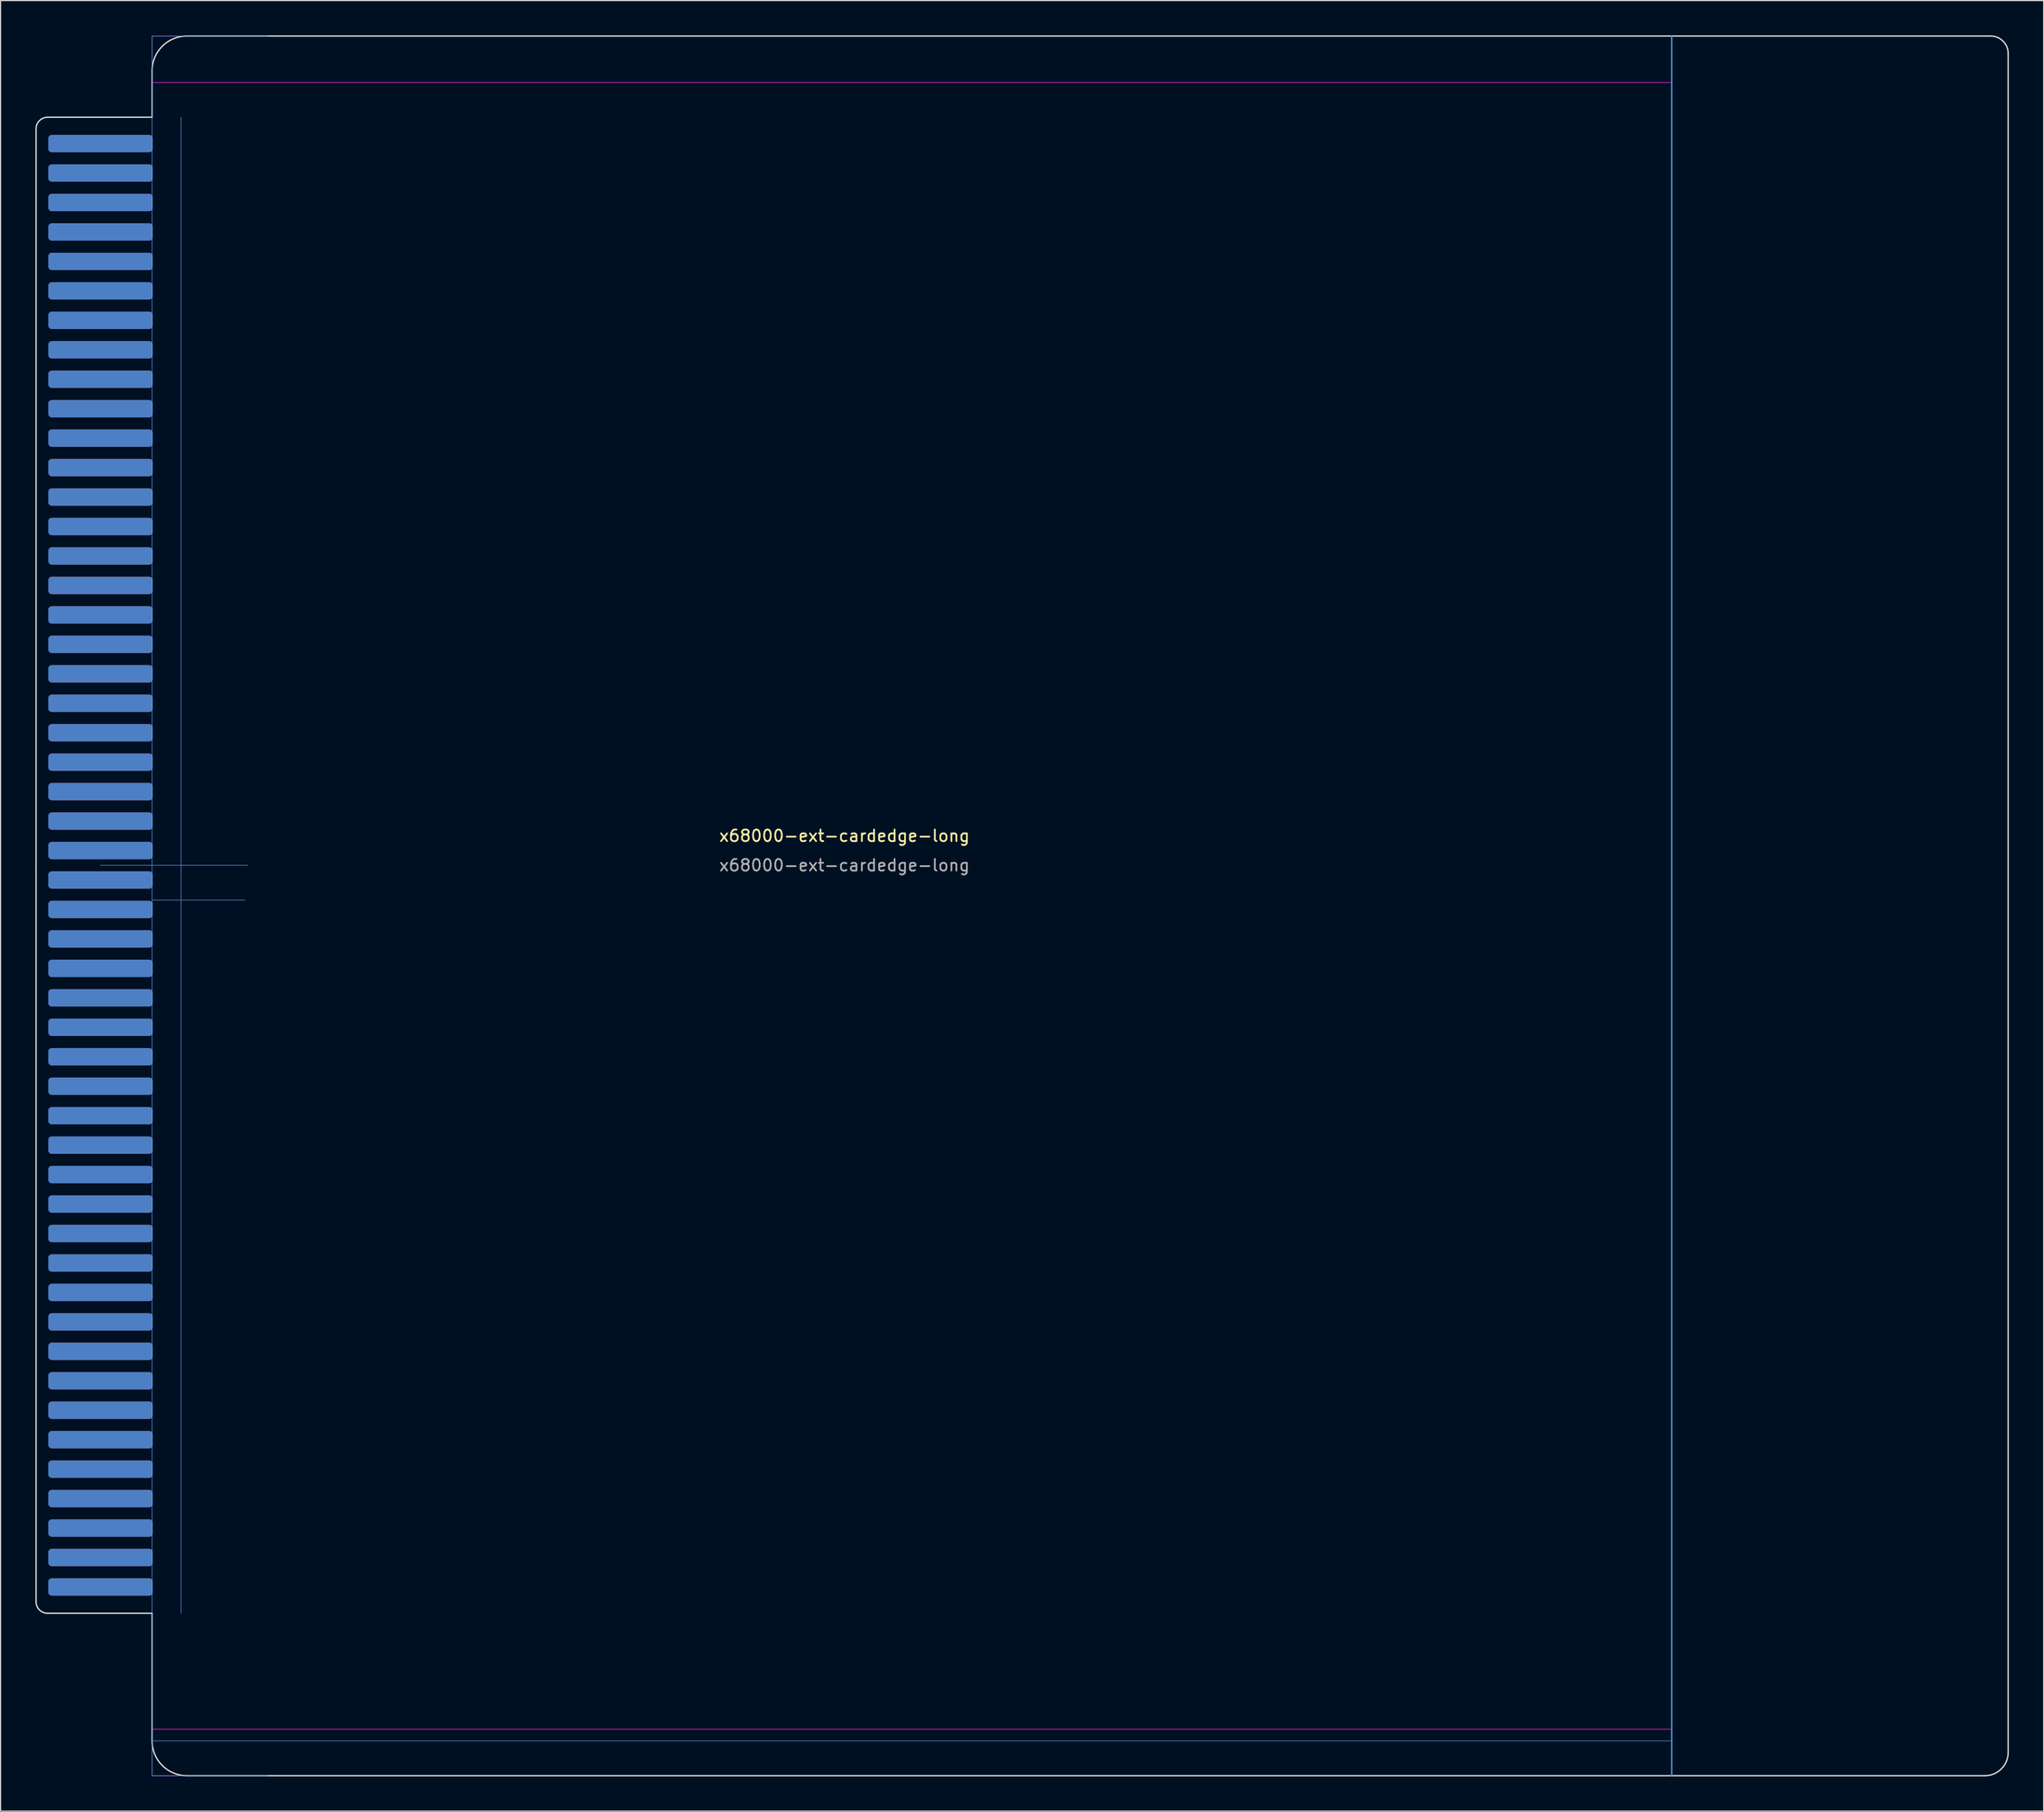
<source format=kicad_pcb>
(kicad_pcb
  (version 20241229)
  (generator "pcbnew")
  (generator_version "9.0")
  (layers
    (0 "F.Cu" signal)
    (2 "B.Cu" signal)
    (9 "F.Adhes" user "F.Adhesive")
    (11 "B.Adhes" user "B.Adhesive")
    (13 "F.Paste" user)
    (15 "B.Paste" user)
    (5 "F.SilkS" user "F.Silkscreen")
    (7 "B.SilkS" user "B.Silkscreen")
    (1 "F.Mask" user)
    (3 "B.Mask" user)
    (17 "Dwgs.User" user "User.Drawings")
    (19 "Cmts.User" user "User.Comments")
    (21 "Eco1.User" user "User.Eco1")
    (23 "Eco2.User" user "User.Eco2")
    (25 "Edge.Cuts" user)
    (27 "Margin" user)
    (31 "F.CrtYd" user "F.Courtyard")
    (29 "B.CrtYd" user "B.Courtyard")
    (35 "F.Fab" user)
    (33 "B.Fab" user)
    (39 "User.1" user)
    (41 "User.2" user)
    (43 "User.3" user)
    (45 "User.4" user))
  (footprint "x68000-ext-cardedge-long"
    (layer "F.Cu")
    (at 10.06 71.56)
    (property "Reference" "x68000-ext-cardedge-long" (at 59.69 -2.54 0) (unlocked yes) (layer "F.SilkS") (effects (font (size 1 1) (thickness 0.15))))
    (attr smd)
    (fp_line (start -4.445 0) (end 8.255 0) (stroke (width 0.05) (type solid)) (layer "Cmts.User"))
    (fp_line (start 0 -71.5) (end 10 -71.5) (stroke (width 0.05) (type solid)) (layer "Cmts.User"))
    (fp_line (start 0 3) (end 0 -71.5) (stroke (width 0.05) (type solid)) (layer "Cmts.User"))
    (fp_line (start 0 3) (end 0 78.5) (stroke (width 0.05) (type solid)) (layer "Cmts.User"))
    (fp_line (start 0 3) (end 8 3) (stroke (width 0.05) (type solid)) (layer "Cmts.User"))
    (fp_line (start 0 75.5) (end 131 75.5) (stroke (width 0.05) (type solid)) (layer "Cmts.User"))
    (fp_line (start 0 78.5) (end 10 78.5) (stroke (width 0.05) (type solid)) (layer "Cmts.User"))
    (fp_line (start 2.5 0) (end 2.5 -64.5) (stroke (width 0.05) (type solid)) (layer "Cmts.User"))
    (fp_line (start 2.5 0) (end 2.5 64.5) (stroke (width 0.05) (type solid)) (layer "Cmts.User"))
    (fp_line (start 131 -71.5) (end 131 78.5) (stroke (width 0.12) (type solid)) (layer "Cmts.User"))
    (fp_line (start -10 -63.5) (end -10 0) (stroke (width 0.12) (type solid)) (layer "Edge.Cuts"))
    (fp_line (start -10 63.5) (end -10 0) (stroke (width 0.12) (type solid)) (layer "Edge.Cuts"))
    (fp_line (start 0 -68.5) (end 0 -64.5) (stroke (width 0.12) (type solid)) (layer "Edge.Cuts"))
    (fp_line (start 0 -64.5) (end -9 -64.5) (stroke (width 0.12) (type solid)) (layer "Edge.Cuts"))
    (fp_line (start 0 64.5) (end -9 64.5) (stroke (width 0.12) (type solid)) (layer "Edge.Cuts"))
    (fp_line (start 0 75.5) (end 0 64.5) (stroke (width 0.12) (type solid)) (layer "Edge.Cuts"))
    (fp_line (start 3 -71.5) (end 158.5 -71.5) (stroke (width 0.12) (type solid)) (layer "Edge.Cuts"))
    (fp_line (start 3 78.5) (end 10 78.5) (stroke (width 0.12) (type solid)) (layer "Edge.Cuts"))
    (fp_line (start 10 78.5) (end 158 78.5) (stroke (width 0.12) (type solid)) (layer "Edge.Cuts"))
    (fp_line (start 160 -70) (end 160 76.5) (stroke (width 0.12) (type solid)) (layer "Edge.Cuts"))
    (fp_arc (start -10 -63.5) (mid -9.707107 -64.207107) (end -9 -64.5) (stroke (width 0.12) (type solid)) (layer "Edge.Cuts"))
    (fp_arc (start -9 64.5) (mid -9.707107 64.207107) (end -10 63.5) (stroke (width 0.12) (type solid)) (layer "Edge.Cuts"))
    (fp_arc (start 0 -68.5) (mid 0.87868 -70.62132) (end 3 -71.5) (stroke (width 0.12) (type solid)) (layer "Edge.Cuts"))
    (fp_arc (start 3 78.5) (mid 0.87868 77.62132) (end 0 75.5) (stroke (width 0.12) (type solid)) (layer "Edge.Cuts"))
    (fp_arc (start 158.5 -71.5) (mid 159.56066 -71.06066) (end 160 -70) (stroke (width 0.12) (type solid)) (layer "Edge.Cuts"))
    (fp_arc (start 160 76.5) (mid 159.414214 77.914214) (end 158 78.5) (stroke (width 0.12) (type solid)) (layer "Edge.Cuts"))
    (fp_rect (start 0 -71.5) (end 131 -67.5) (stroke (width 0.05) (type solid)) (fill no) (layer "F.CrtYd"))
    (fp_rect (start 0 78.5) (end 131 74.5) (stroke (width 0.05) (type solid)) (fill no) (layer "F.CrtYd"))
    (fp_text user "${REFERENCE}" (at 59.69 0 0) (unlocked yes) (layer "F.Fab") (effects (font (size 1 1) (thickness 0.15))))
    (pad "A1" connect roundrect (at -4.445 62.23) (size 9 1.5) (layers "F.Cu" "F.Mask") (roundrect_rratio 0.2))
    (pad "A2" connect roundrect (at -4.445 59.69) (size 9 1.5) (layers "F.Cu" "F.Mask") (roundrect_rratio 0.2))
    (pad "A3" connect roundrect (at -4.445 57.15) (size 9 1.5) (layers "F.Cu" "F.Mask") (roundrect_rratio 0.2))
    (pad "A4" connect roundrect (at -4.445 54.61) (size 9 1.5) (layers "F.Cu" "F.Mask") (roundrect_rratio 0.2))
    (pad "A5" connect roundrect (at -4.445 52.07) (size 9 1.5) (layers "F.Cu" "F.Mask") (roundrect_rratio 0.2))
    (pad "A6" connect roundrect (at -4.445 49.53) (size 9 1.5) (layers "F.Cu" "F.Mask") (roundrect_rratio 0.2))
    (pad "A7" connect roundrect (at -4.445 46.99) (size 9 1.5) (layers "F.Cu" "F.Mask") (roundrect_rratio 0.2))
    (pad "A8" connect roundrect (at -4.445 44.45) (size 9 1.5) (layers "F.Cu" "F.Mask") (roundrect_rratio 0.2))
    (pad "A9" connect roundrect (at -4.445 41.91) (size 9 1.5) (layers "F.Cu" "F.Mask") (roundrect_rratio 0.2))
    (pad "A10" connect roundrect (at -4.445 39.37) (size 9 1.5) (layers "F.Cu" "F.Mask") (roundrect_rratio 0.2))
    (pad "A11" connect roundrect (at -4.445 36.83) (size 9 1.5) (layers "F.Cu" "F.Mask") (roundrect_rratio 0.2))
    (pad "A12" connect roundrect (at -4.445 34.29) (size 9 1.5) (layers "F.Cu" "F.Mask") (roundrect_rratio 0.2))
    (pad "A13" connect roundrect (at -4.445 31.75) (size 9 1.5) (layers "F.Cu" "F.Mask") (roundrect_rratio 0.2))
    (pad "A14" connect roundrect (at -4.445 29.21) (size 9 1.5) (layers "F.Cu" "F.Mask") (roundrect_rratio 0.2))
    (pad "A15" connect roundrect (at -4.445 26.67) (size 9 1.5) (layers "F.Cu" "F.Mask") (roundrect_rratio 0.2))
    (pad "A16" connect roundrect (at -4.445 24.13) (size 9 1.5) (layers "F.Cu" "F.Mask") (roundrect_rratio 0.2))
    (pad "A17" connect roundrect (at -4.445 21.59) (size 9 1.5) (layers "F.Cu" "F.Mask") (roundrect_rratio 0.2))
    (pad "A18" connect roundrect (at -4.445 19.05) (size 9 1.5) (layers "F.Cu" "F.Mask") (roundrect_rratio 0.2))
    (pad "A19" connect roundrect (at -4.445 16.51) (size 9 1.5) (layers "F.Cu" "F.Mask") (roundrect_rratio 0.2))
    (pad "A20" connect roundrect (at -4.445 13.97) (size 9 1.5) (layers "F.Cu" "F.Mask") (roundrect_rratio 0.2))
    (pad "A21" connect roundrect (at -4.445 11.43) (size 9 1.5) (layers "F.Cu" "F.Mask") (roundrect_rratio 0.2))
    (pad "A22" connect roundrect (at -4.445 8.89) (size 9 1.5) (layers "F.Cu" "F.Mask") (roundrect_rratio 0.2))
    (pad "A23" connect roundrect (at -4.445 6.35) (size 9 1.5) (layers "F.Cu" "F.Mask") (roundrect_rratio 0.2))
    (pad "A24" connect roundrect (at -4.445 3.81) (size 9 1.5) (layers "F.Cu" "F.Mask") (roundrect_rratio 0.2))
    (pad "A25" connect roundrect (at -4.445 1.27) (size 9 1.5) (layers "F.Cu" "F.Mask") (roundrect_rratio 0.2))
    (pad "A26" connect roundrect (at -4.445 -1.27) (size 9 1.5) (layers "F.Cu" "F.Mask") (roundrect_rratio 0.2))
    (pad "A27" connect roundrect (at -4.445 -3.81) (size 9 1.5) (layers "F.Cu" "F.Mask") (roundrect_rratio 0.2))
    (pad "A28" connect roundrect (at -4.445 -6.35) (size 9 1.5) (layers "F.Cu" "F.Mask") (roundrect_rratio 0.2))
    (pad "A29" connect roundrect (at -4.445 -8.89) (size 9 1.5) (layers "F.Cu" "F.Mask") (roundrect_rratio 0.2))
    (pad "A30" connect roundrect (at -4.445 -11.43) (size 9 1.5) (layers "F.Cu" "F.Mask") (roundrect_rratio 0.2))
    (pad "A31" connect roundrect (at -4.445 -13.97) (size 9 1.5) (layers "F.Cu" "F.Mask") (roundrect_rratio 0.2))
    (pad "A32" connect roundrect (at -4.445 -16.51) (size 9 1.5) (layers "F.Cu" "F.Mask") (roundrect_rratio 0.2))
    (pad "A33" connect roundrect (at -4.445 -19.05) (size 9 1.5) (layers "F.Cu" "F.Mask") (roundrect_rratio 0.2))
    (pad "A34" connect roundrect (at -4.445 -21.59) (size 9 1.5) (layers "F.Cu" "F.Mask") (roundrect_rratio 0.2))
    (pad "A35" connect roundrect (at -4.445 -24.13) (size 9 1.5) (layers "F.Cu" "F.Mask") (roundrect_rratio 0.2))
    (pad "A36" connect roundrect (at -4.445 -26.67) (size 9 1.5) (layers "F.Cu" "F.Mask") (roundrect_rratio 0.2))
    (pad "A37" connect roundrect (at -4.445 -29.21) (size 9 1.5) (layers "F.Cu" "F.Mask") (roundrect_rratio 0.2))
    (pad "A38" connect roundrect (at -4.445 -31.75) (size 9 1.5) (layers "F.Cu" "F.Mask") (roundrect_rratio 0.2))
    (pad "A39" connect roundrect (at -4.445 -34.29) (size 9 1.5) (layers "F.Cu" "F.Mask") (roundrect_rratio 0.2))
    (pad "A40" connect roundrect (at -4.445 -36.83) (size 9 1.5) (layers "F.Cu" "F.Mask") (roundrect_rratio 0.2))
    (pad "A41" connect roundrect (at -4.445 -39.37) (size 9 1.5) (layers "F.Cu" "F.Mask") (roundrect_rratio 0.2))
    (pad "A42" connect roundrect (at -4.445 -41.91) (size 9 1.5) (layers "F.Cu" "F.Mask") (roundrect_rratio 0.2))
    (pad "A43" connect roundrect (at -4.445 -44.45) (size 9 1.5) (layers "F.Cu" "F.Mask") (roundrect_rratio 0.2))
    (pad "A44" connect roundrect (at -4.445 -46.99) (size 9 1.5) (layers "F.Cu" "F.Mask") (roundrect_rratio 0.2))
    (pad "A45" connect roundrect (at -4.445 -49.53) (size 9 1.5) (layers "F.Cu" "F.Mask") (roundrect_rratio 0.2))
    (pad "A46" connect roundrect (at -4.445 -52.07) (size 9 1.5) (layers "F.Cu" "F.Mask") (roundrect_rratio 0.2))
    (pad "A47" connect roundrect (at -4.445 -54.61) (size 9 1.5) (layers "F.Cu" "F.Mask") (roundrect_rratio 0.2))
    (pad "A48" connect roundrect (at -4.445 -57.15) (size 9 1.5) (layers "F.Cu" "F.Mask") (roundrect_rratio 0.2))
    (pad "A49" connect roundrect (at -4.445 -59.69) (size 9 1.5) (layers "F.Cu" "F.Mask") (roundrect_rratio 0.2))
    (pad "A50" connect roundrect (at -4.445 -62.23) (size 9 1.5) (layers "F.Cu" "F.Mask") (roundrect_rratio 0.2))
    (pad "B1" connect roundrect (at -4.445 62.23) (size 9 1.5) (layers "B.Cu" "B.Mask") (roundrect_rratio 0.2))
    (pad "B2" connect roundrect (at -4.445 59.69) (size 9 1.5) (layers "B.Cu" "B.Mask") (roundrect_rratio 0.2))
    (pad "B3" connect roundrect (at -4.445 57.15) (size 9 1.5) (layers "B.Cu" "B.Mask") (roundrect_rratio 0.2))
    (pad "B4" connect roundrect (at -4.445 54.61) (size 9 1.5) (layers "B.Cu" "B.Mask") (roundrect_rratio 0.2))
    (pad "B5" connect roundrect (at -4.445 52.07) (size 9 1.5) (layers "B.Cu" "B.Mask") (roundrect_rratio 0.2))
    (pad "B6" connect roundrect (at -4.445 49.53) (size 9 1.5) (layers "B.Cu" "B.Mask") (roundrect_rratio 0.2))
    (pad "B7" connect roundrect (at -4.445 46.99) (size 9 1.5) (layers "B.Cu" "B.Mask") (roundrect_rratio 0.2))
    (pad "B8" connect roundrect (at -4.445 44.45) (size 9 1.5) (layers "B.Cu" "B.Mask") (roundrect_rratio 0.2))
    (pad "B9" connect roundrect (at -4.445 41.91) (size 9 1.5) (layers "B.Cu" "B.Mask") (roundrect_rratio 0.2))
    (pad "B10" connect roundrect (at -4.445 39.37) (size 9 1.5) (layers "B.Cu" "B.Mask") (roundrect_rratio 0.2))
    (pad "B11" connect roundrect (at -4.445 36.83) (size 9 1.5) (layers "B.Cu" "B.Mask") (roundrect_rratio 0.2))
    (pad "B12" connect roundrect (at -4.445 34.29) (size 9 1.5) (layers "B.Cu" "B.Mask") (roundrect_rratio 0.2))
    (pad "B13" connect roundrect (at -4.445 31.75) (size 9 1.5) (layers "B.Cu" "B.Mask") (roundrect_rratio 0.2))
    (pad "B14" connect roundrect (at -4.445 29.21) (size 9 1.5) (layers "B.Cu" "B.Mask") (roundrect_rratio 0.2))
    (pad "B15" connect roundrect (at -4.445 26.67) (size 9 1.5) (layers "B.Cu" "B.Mask") (roundrect_rratio 0.2))
    (pad "B16" connect roundrect (at -4.445 24.13) (size 9 1.5) (layers "B.Cu" "B.Mask") (roundrect_rratio 0.2))
    (pad "B17" connect roundrect (at -4.445 21.59) (size 9 1.5) (layers "B.Cu" "B.Mask") (roundrect_rratio 0.2))
    (pad "B18" connect roundrect (at -4.445 19.05) (size 9 1.5) (layers "B.Cu" "B.Mask") (roundrect_rratio 0.2))
    (pad "B19" connect roundrect (at -4.445 16.51) (size 9 1.5) (layers "B.Cu" "B.Mask") (roundrect_rratio 0.2))
    (pad "B20" connect roundrect (at -4.445 13.97) (size 9 1.5) (layers "B.Cu" "B.Mask") (roundrect_rratio 0.2))
    (pad "B21" connect roundrect (at -4.445 11.43) (size 9 1.5) (layers "B.Cu" "B.Mask") (roundrect_rratio 0.2))
    (pad "B22" connect roundrect (at -4.445 8.89) (size 9 1.5) (layers "B.Cu" "B.Mask") (roundrect_rratio 0.2))
    (pad "B23" connect roundrect (at -4.445 6.35) (size 9 1.5) (layers "B.Cu" "B.Mask") (roundrect_rratio 0.2))
    (pad "B24" connect roundrect (at -4.445 3.81) (size 9 1.5) (layers "B.Cu" "B.Mask") (roundrect_rratio 0.2))
    (pad "B25" connect roundrect (at -4.445 1.27) (size 9 1.5) (layers "B.Cu" "B.Mask") (roundrect_rratio 0.2))
    (pad "B26" connect roundrect (at -4.445 -1.27) (size 9 1.5) (layers "B.Cu" "B.Mask") (roundrect_rratio 0.2))
    (pad "B27" connect roundrect (at -4.445 -3.81) (size 9 1.5) (layers "B.Cu" "B.Mask") (roundrect_rratio 0.2))
    (pad "B28" connect roundrect (at -4.445 -6.35) (size 9 1.5) (layers "B.Cu" "B.Mask") (roundrect_rratio 0.2))
    (pad "B29" connect roundrect (at -4.445 -8.89) (size 9 1.5) (layers "B.Cu" "B.Mask") (roundrect_rratio 0.2))
    (pad "B30" connect roundrect (at -4.445 -11.43) (size 9 1.5) (layers "B.Cu" "B.Mask") (roundrect_rratio 0.2))
    (pad "B31" connect roundrect (at -4.445 -13.97) (size 9 1.5) (layers "B.Cu" "B.Mask") (roundrect_rratio 0.2))
    (pad "B32" connect roundrect (at -4.445 -16.51) (size 9 1.5) (layers "B.Cu" "B.Mask") (roundrect_rratio 0.2))
    (pad "B33" connect roundrect (at -4.445 -19.05) (size 9 1.5) (layers "B.Cu" "B.Mask") (roundrect_rratio 0.2))
    (pad "B34" connect roundrect (at -4.445 -21.59) (size 9 1.5) (layers "B.Cu" "B.Mask") (roundrect_rratio 0.2))
    (pad "B35" connect roundrect (at -4.445 -24.13) (size 9 1.5) (layers "B.Cu" "B.Mask") (roundrect_rratio 0.2))
    (pad "B36" connect roundrect (at -4.445 -26.67) (size 9 1.5) (layers "B.Cu" "B.Mask") (roundrect_rratio 0.2))
    (pad "B37" connect roundrect (at -4.445 -29.21) (size 9 1.5) (layers "B.Cu" "B.Mask") (roundrect_rratio 0.2))
    (pad "B38" connect roundrect (at -4.445 -31.75) (size 9 1.5) (layers "B.Cu" "B.Mask") (roundrect_rratio 0.2))
    (pad "B39" connect roundrect (at -4.445 -34.29) (size 9 1.5) (layers "B.Cu" "B.Mask") (roundrect_rratio 0.2))
    (pad "B40" connect roundrect (at -4.445 -36.83) (size 9 1.5) (layers "B.Cu" "B.Mask") (roundrect_rratio 0.2))
    (pad "B41" connect roundrect (at -4.445 -39.37) (size 9 1.5) (layers "B.Cu" "B.Mask") (roundrect_rratio 0.2))
    (pad "B42" connect roundrect (at -4.445 -41.91) (size 9 1.5) (layers "B.Cu" "B.Mask") (roundrect_rratio 0.2))
    (pad "B43" connect roundrect (at -4.445 -44.45) (size 9 1.5) (layers "B.Cu" "B.Mask") (roundrect_rratio 0.2))
    (pad "B44" connect roundrect (at -4.445 -46.99) (size 9 1.5) (layers "B.Cu" "B.Mask") (roundrect_rratio 0.2))
    (pad "B45" connect roundrect (at -4.445 -49.53) (size 9 1.5) (layers "B.Cu" "B.Mask") (roundrect_rratio 0.2))
    (pad "B46" connect roundrect (at -4.445 -52.07) (size 9 1.5) (layers "B.Cu" "B.Mask") (roundrect_rratio 0.2))
    (pad "B47" connect roundrect (at -4.445 -54.61) (size 9 1.5) (layers "B.Cu" "B.Mask") (roundrect_rratio 0.2))
    (pad "B48" connect roundrect (at -4.445 -57.15) (size 9 1.5) (layers "B.Cu" "B.Mask") (roundrect_rratio 0.2))
    (pad "B49" connect roundrect (at -4.445 -59.69) (size 9 1.5) (layers "B.Cu" "B.Mask") (roundrect_rratio 0.2))
    (pad "B50" connect roundrect (at -4.445 -62.23) (size 9 1.5) (layers "B.Cu" "B.Mask") (roundrect_rratio 0.2)))
  (gr_rect
    (start -3 -3)
    (end 173.12 153.12)
    (stroke (width 0.1) (type default))
    (fill no)
    (layer "Edge.Cuts")))
</source>
